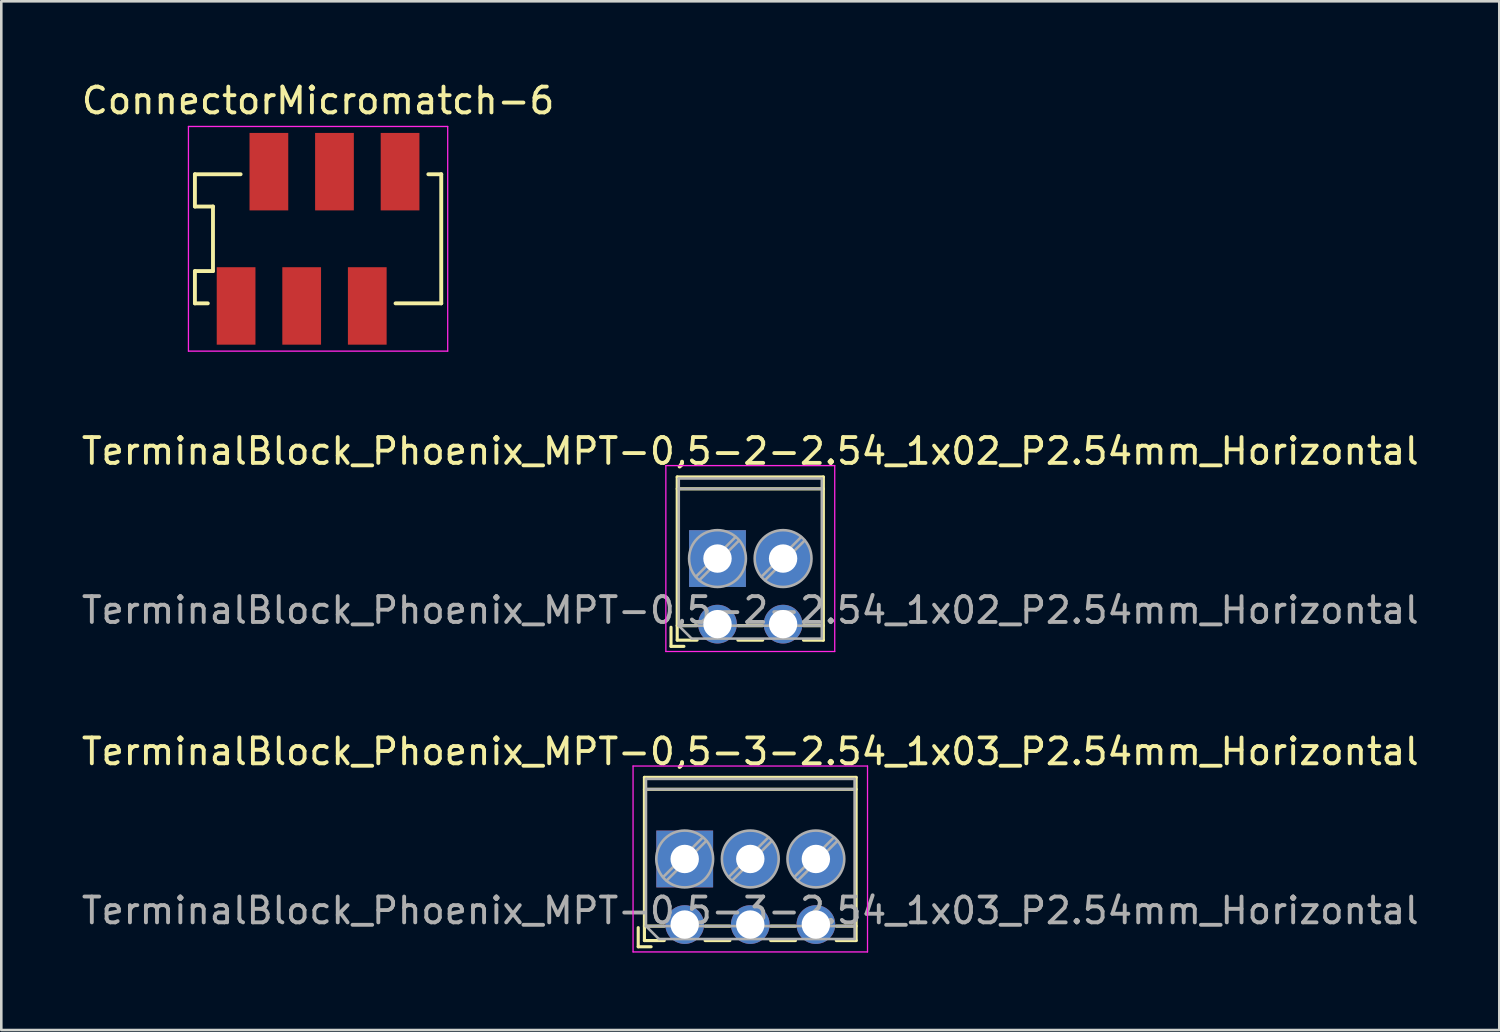
<source format=kicad_pcb>
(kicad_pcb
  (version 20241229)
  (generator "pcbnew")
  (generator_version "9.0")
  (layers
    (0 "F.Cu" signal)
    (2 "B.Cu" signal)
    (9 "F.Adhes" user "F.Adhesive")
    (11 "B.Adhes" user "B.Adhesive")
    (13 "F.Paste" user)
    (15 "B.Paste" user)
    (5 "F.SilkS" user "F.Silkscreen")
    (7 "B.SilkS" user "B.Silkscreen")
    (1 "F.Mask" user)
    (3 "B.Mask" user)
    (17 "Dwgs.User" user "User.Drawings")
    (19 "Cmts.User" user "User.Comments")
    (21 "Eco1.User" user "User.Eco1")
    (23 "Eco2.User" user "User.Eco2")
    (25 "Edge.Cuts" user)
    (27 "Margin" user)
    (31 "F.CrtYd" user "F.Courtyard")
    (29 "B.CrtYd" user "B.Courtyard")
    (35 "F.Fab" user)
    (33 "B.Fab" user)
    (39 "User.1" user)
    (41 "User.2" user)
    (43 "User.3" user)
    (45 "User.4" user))
  (footprint "TerminalBlock_Phoenix_MPT-0,5-2-2.54_1x02_P2.54mm_Horizontal"
    (layer "F.Cu")
    (at 24.736 18.581)
    (property "Reference" "TerminalBlock_Phoenix_MPT-0,5-2-2.54_1x02_P2.54mm_Horizontal" (at 1.27 -4.16 0) (layer "F.SilkS") (effects (font (size 1 1) (thickness 0.15))))
    (attr through_hole)
    (fp_line (start -1.8 2.66) (end -1.8 3.4) (stroke (width 0.12) (type solid)) (layer "F.SilkS"))
    (fp_line (start -1.8 3.4) (end -1.3 3.4) (stroke (width 0.12) (type solid)) (layer "F.SilkS"))
    (fp_line (start -1.56 -3.16) (end -1.56 3.16) (stroke (width 0.12) (type solid)) (layer "F.SilkS"))
    (fp_line (start -1.56 -3.16) (end 4.1 -3.16) (stroke (width 0.12) (type solid)) (layer "F.SilkS"))
    (fp_line (start -1.56 -2.7) (end 4.1 -2.7) (stroke (width 0.12) (type solid)) (layer "F.SilkS"))
    (fp_line (start -1.56 2.6) (end -0.79 2.6) (stroke (width 0.12) (type solid)) (layer "F.SilkS"))
    (fp_line (start -1.56 3.16) (end -0.79 3.16) (stroke (width 0.12) (type solid)) (layer "F.SilkS"))
    (fp_line (start 0.79 2.6) (end 1.75 2.6) (stroke (width 0.12) (type solid)) (layer "F.SilkS"))
    (fp_line (start 0.79 3.16) (end 1.75 3.16) (stroke (width 0.12) (type solid)) (layer "F.SilkS"))
    (fp_line (start 3.33 2.6) (end 4.1 2.6) (stroke (width 0.12) (type solid)) (layer "F.SilkS"))
    (fp_line (start 3.33 3.16) (end 4.1 3.16) (stroke (width 0.12) (type solid)) (layer "F.SilkS"))
    (fp_line (start 4.1 -3.16) (end 4.1 3.16) (stroke (width 0.12) (type solid)) (layer "F.SilkS"))
    (fp_line (start -2 -3.6) (end -2 3.6) (stroke (width 0.05) (type solid)) (layer "F.CrtYd"))
    (fp_line (start -2 3.6) (end 4.54 3.6) (stroke (width 0.05) (type solid)) (layer "F.CrtYd"))
    (fp_line (start 4.54 -3.6) (end -2 -3.6) (stroke (width 0.05) (type solid)) (layer "F.CrtYd"))
    (fp_line (start 4.54 3.6) (end 4.54 -3.6) (stroke (width 0.05) (type solid)) (layer "F.CrtYd"))
    (fp_line (start -1.5 -3.1) (end 4.04 -3.1) (stroke (width 0.1) (type solid)) (layer "F.Fab"))
    (fp_line (start -1.5 -2.7) (end 4.04 -2.7) (stroke (width 0.1) (type solid)) (layer "F.Fab"))
    (fp_line (start -1.5 2.6) (end -1.5 -3.1) (stroke (width 0.1) (type solid)) (layer "F.Fab"))
    (fp_line (start -1.5 2.6) (end 4.04 2.6) (stroke (width 0.1) (type solid)) (layer "F.Fab"))
    (fp_line (start -1 3.1) (end -1.5 2.6) (stroke (width 0.1) (type solid)) (layer "F.Fab"))
    (fp_line (start 0.701 -0.835) (end -0.835 0.7) (stroke (width 0.1) (type solid)) (layer "F.Fab"))
    (fp_line (start 0.835 -0.7) (end -0.701 0.835) (stroke (width 0.1) (type solid)) (layer "F.Fab"))
    (fp_line (start 3.241 -0.835) (end 1.706 0.7) (stroke (width 0.1) (type solid)) (layer "F.Fab"))
    (fp_line (start 3.375 -0.7) (end 1.84 0.835) (stroke (width 0.1) (type solid)) (layer "F.Fab"))
    (fp_line (start 4.04 -3.1) (end 4.04 3.1) (stroke (width 0.1) (type solid)) (layer "F.Fab"))
    (fp_line (start 4.04 3.1) (end -1 3.1) (stroke (width 0.1) (type solid)) (layer "F.Fab"))
    (fp_circle (center 0 0) (end 1.1 0) (stroke (width 0.1) (type solid)) (fill no) (layer "F.Fab"))
    (fp_circle (center 2.54 0) (end 3.64 0) (stroke (width 0.1) (type solid)) (fill no) (layer "F.Fab"))
    (fp_text user "${REFERENCE}" (at 1.27 2 0) (layer "F.Fab") (effects (font (size 1 1) (thickness 0.15))))
    (pad "" thru_hole circle (at 0 2.54) (size 1.5 1.5) (drill 1.1) (layers "*.Cu" "*.Mask"))
    (pad "" thru_hole circle (at 2.54 2.54) (size 1.5 1.5) (drill 1.1) (layers "*.Cu" "*.Mask"))
    (pad "1" thru_hole rect (at 0 0) (size 2.2 2.2) (drill 1.1) (layers "*.Cu" "*.Mask"))
    (pad "2" thru_hole circle (at 2.54 0) (size 2.2 2.2) (drill 1.1) (layers "*.Cu" "*.Mask")))
  (footprint "TerminalBlock_Phoenix_MPT-0,5-3-2.54_1x03_P2.54mm_Horizontal"
    (layer "F.Cu")
    (at 23.466 30.215)
    (property "Reference" "TerminalBlock_Phoenix_MPT-0,5-3-2.54_1x03_P2.54mm_Horizontal" (at 2.54 -4.16 0) (layer "F.SilkS") (effects (font (size 1 1) (thickness 0.15))))
    (attr through_hole)
    (fp_line (start -1.8 2.66) (end -1.8 3.4) (stroke (width 0.12) (type solid)) (layer "F.SilkS"))
    (fp_line (start -1.8 3.4) (end -1.3 3.4) (stroke (width 0.12) (type solid)) (layer "F.SilkS"))
    (fp_line (start -1.56 -3.16) (end -1.56 3.16) (stroke (width 0.12) (type solid)) (layer "F.SilkS"))
    (fp_line (start -1.56 -3.16) (end 6.64 -3.16) (stroke (width 0.12) (type solid)) (layer "F.SilkS"))
    (fp_line (start -1.56 -2.7) (end 6.64 -2.7) (stroke (width 0.12) (type solid)) (layer "F.SilkS"))
    (fp_line (start -1.56 2.6) (end -0.79 2.6) (stroke (width 0.12) (type solid)) (layer "F.SilkS"))
    (fp_line (start -1.56 3.16) (end -0.79 3.16) (stroke (width 0.12) (type solid)) (layer "F.SilkS"))
    (fp_line (start 0.79 2.6) (end 1.75 2.6) (stroke (width 0.12) (type solid)) (layer "F.SilkS"))
    (fp_line (start 0.79 3.16) (end 1.75 3.16) (stroke (width 0.12) (type solid)) (layer "F.SilkS"))
    (fp_line (start 3.33 2.6) (end 4.29 2.6) (stroke (width 0.12) (type solid)) (layer "F.SilkS"))
    (fp_line (start 3.33 3.16) (end 4.29 3.16) (stroke (width 0.12) (type solid)) (layer "F.SilkS"))
    (fp_line (start 5.87 2.6) (end 6.64 2.6) (stroke (width 0.12) (type solid)) (layer "F.SilkS"))
    (fp_line (start 5.87 3.16) (end 6.64 3.16) (stroke (width 0.12) (type solid)) (layer "F.SilkS"))
    (fp_line (start 6.64 -3.16) (end 6.64 3.16) (stroke (width 0.12) (type solid)) (layer "F.SilkS"))
    (fp_line (start -2 -3.6) (end -2 3.6) (stroke (width 0.05) (type solid)) (layer "F.CrtYd"))
    (fp_line (start -2 3.6) (end 7.08 3.6) (stroke (width 0.05) (type solid)) (layer "F.CrtYd"))
    (fp_line (start 7.08 -3.6) (end -2 -3.6) (stroke (width 0.05) (type solid)) (layer "F.CrtYd"))
    (fp_line (start 7.08 3.6) (end 7.08 -3.6) (stroke (width 0.05) (type solid)) (layer "F.CrtYd"))
    (fp_line (start -1.5 -3.1) (end 6.58 -3.1) (stroke (width 0.1) (type solid)) (layer "F.Fab"))
    (fp_line (start -1.5 -2.7) (end 6.58 -2.7) (stroke (width 0.1) (type solid)) (layer "F.Fab"))
    (fp_line (start -1.5 2.6) (end -1.5 -3.1) (stroke (width 0.1) (type solid)) (layer "F.Fab"))
    (fp_line (start -1.5 2.6) (end 6.58 2.6) (stroke (width 0.1) (type solid)) (layer "F.Fab"))
    (fp_line (start -1 3.1) (end -1.5 2.6) (stroke (width 0.1) (type solid)) (layer "F.Fab"))
    (fp_line (start 0.701 -0.835) (end -0.835 0.7) (stroke (width 0.1) (type solid)) (layer "F.Fab"))
    (fp_line (start 0.835 -0.7) (end -0.701 0.835) (stroke (width 0.1) (type solid)) (layer "F.Fab"))
    (fp_line (start 3.241 -0.835) (end 1.706 0.7) (stroke (width 0.1) (type solid)) (layer "F.Fab"))
    (fp_line (start 3.375 -0.7) (end 1.84 0.835) (stroke (width 0.1) (type solid)) (layer "F.Fab"))
    (fp_line (start 5.781 -0.835) (end 4.246 0.7) (stroke (width 0.1) (type solid)) (layer "F.Fab"))
    (fp_line (start 5.915 -0.7) (end 4.38 0.835) (stroke (width 0.1) (type solid)) (layer "F.Fab"))
    (fp_line (start 6.58 -3.1) (end 6.58 3.1) (stroke (width 0.1) (type solid)) (layer "F.Fab"))
    (fp_line (start 6.58 3.1) (end -1 3.1) (stroke (width 0.1) (type solid)) (layer "F.Fab"))
    (fp_circle (center 0 0) (end 1.1 0) (stroke (width 0.1) (type solid)) (fill no) (layer "F.Fab"))
    (fp_circle (center 2.54 0) (end 3.64 0) (stroke (width 0.1) (type solid)) (fill no) (layer "F.Fab"))
    (fp_circle (center 5.08 0) (end 6.18 0) (stroke (width 0.1) (type solid)) (fill no) (layer "F.Fab"))
    (fp_text user "${REFERENCE}" (at 2.54 2 0) (layer "F.Fab") (effects (font (size 1 1) (thickness 0.15))))
    (pad "" thru_hole circle (at 0 2.54) (size 1.5 1.5) (drill 1.1) (layers "*.Cu" "*.Mask"))
    (pad "" thru_hole circle (at 2.54 2.54) (size 1.5 1.5) (drill 1.1) (layers "*.Cu" "*.Mask"))
    (pad "" thru_hole circle (at 5.08 2.54) (size 1.5 1.5) (drill 1.1) (layers "*.Cu" "*.Mask"))
    (pad "1" thru_hole rect (at 0 0) (size 2.2 2.2) (drill 1.1) (layers "*.Cu" "*.Mask"))
    (pad "2" thru_hole circle (at 2.54 0) (size 2.2 2.2) (drill 1.1) (layers "*.Cu" "*.Mask"))
    (pad "3" thru_hole circle (at 5.08 0) (size 2.2 2.2) (drill 1.1) (layers "*.Cu" "*.Mask")))
  (footprint "ConnectorMicromatch-6"
    (layer "F.Cu")
    (at 9.268 6.198)
    (property "Reference" "ConnectorMicromatch-6" (at 0 -5.35 0) (layer "F.SilkS") (effects (font (size 1 1) (thickness 0.15))))
    (attr smd)
    (fp_line (start -4.77 -2.5) (end -4.77 -1.25) (stroke (width 0.15) (type solid)) (layer "F.SilkS"))
    (fp_line (start -4.77 -1.25) (end -4.07 -1.25) (stroke (width 0.15) (type solid)) (layer "F.SilkS"))
    (fp_line (start -4.77 1.25) (end -4.77 2.5) (stroke (width 0.15) (type solid)) (layer "F.SilkS"))
    (fp_line (start -4.77 2.5) (end -4.27 2.5) (stroke (width 0.15) (type solid)) (layer "F.SilkS"))
    (fp_line (start -4.07 -1.25) (end -4.07 1.25) (stroke (width 0.15) (type solid)) (layer "F.SilkS"))
    (fp_line (start -4.07 1.25) (end -4.77 1.25) (stroke (width 0.15) (type solid)) (layer "F.SilkS"))
    (fp_line (start -3 -2.5) (end -4.77 -2.5) (stroke (width 0.15) (type solid)) (layer "F.SilkS"))
    (fp_line (start 4.27 -2.5) (end 4.77 -2.5) (stroke (width 0.15) (type solid)) (layer "F.SilkS"))
    (fp_line (start 4.77 -2.5) (end 4.77 2.5) (stroke (width 0.15) (type solid)) (layer "F.SilkS"))
    (fp_line (start 4.77 2.5) (end 3 2.5) (stroke (width 0.15) (type solid)) (layer "F.SilkS"))
    (fp_line (start -5.02 -4.35) (end -5.02 4.35) (stroke (width 0.05) (type solid)) (layer "F.CrtYd"))
    (fp_line (start -5.02 4.35) (end 5.02 4.35) (stroke (width 0.05) (type solid)) (layer "F.CrtYd"))
    (fp_line (start 5.02 -4.35) (end -5.02 -4.35) (stroke (width 0.05) (type solid)) (layer "F.CrtYd"))
    (fp_line (start 5.02 4.35) (end 5.02 -4.35) (stroke (width 0.05) (type solid)) (layer "F.CrtYd"))
    (pad "1" smd rect (at 3.175 -2.6) (size 1.5 3) (layers "F.Cu" "F.Mask" "F.Paste"))
    (pad "2" smd rect (at 1.905 2.6) (size 1.5 3) (layers "F.Cu" "F.Mask" "F.Paste"))
    (pad "3" smd rect (at 0.635 -2.6) (size 1.5 3) (layers "F.Cu" "F.Mask" "F.Paste"))
    (pad "4" smd rect (at -0.635 2.6) (size 1.5 3) (layers "F.Cu" "F.Mask" "F.Paste"))
    (pad "5" smd rect (at -1.905 -2.6) (size 1.5 3) (layers "F.Cu" "F.Mask" "F.Paste"))
    (pad "6" smd rect (at -3.175 2.6) (size 1.5 3) (layers "F.Cu" "F.Mask" "F.Paste")))
  (gr_rect
    (start -3 -3)
    (end 55.012 36.84)
    (stroke (width 0.1) (type default))
    (fill no)
    (layer "Edge.Cuts")))
</source>
